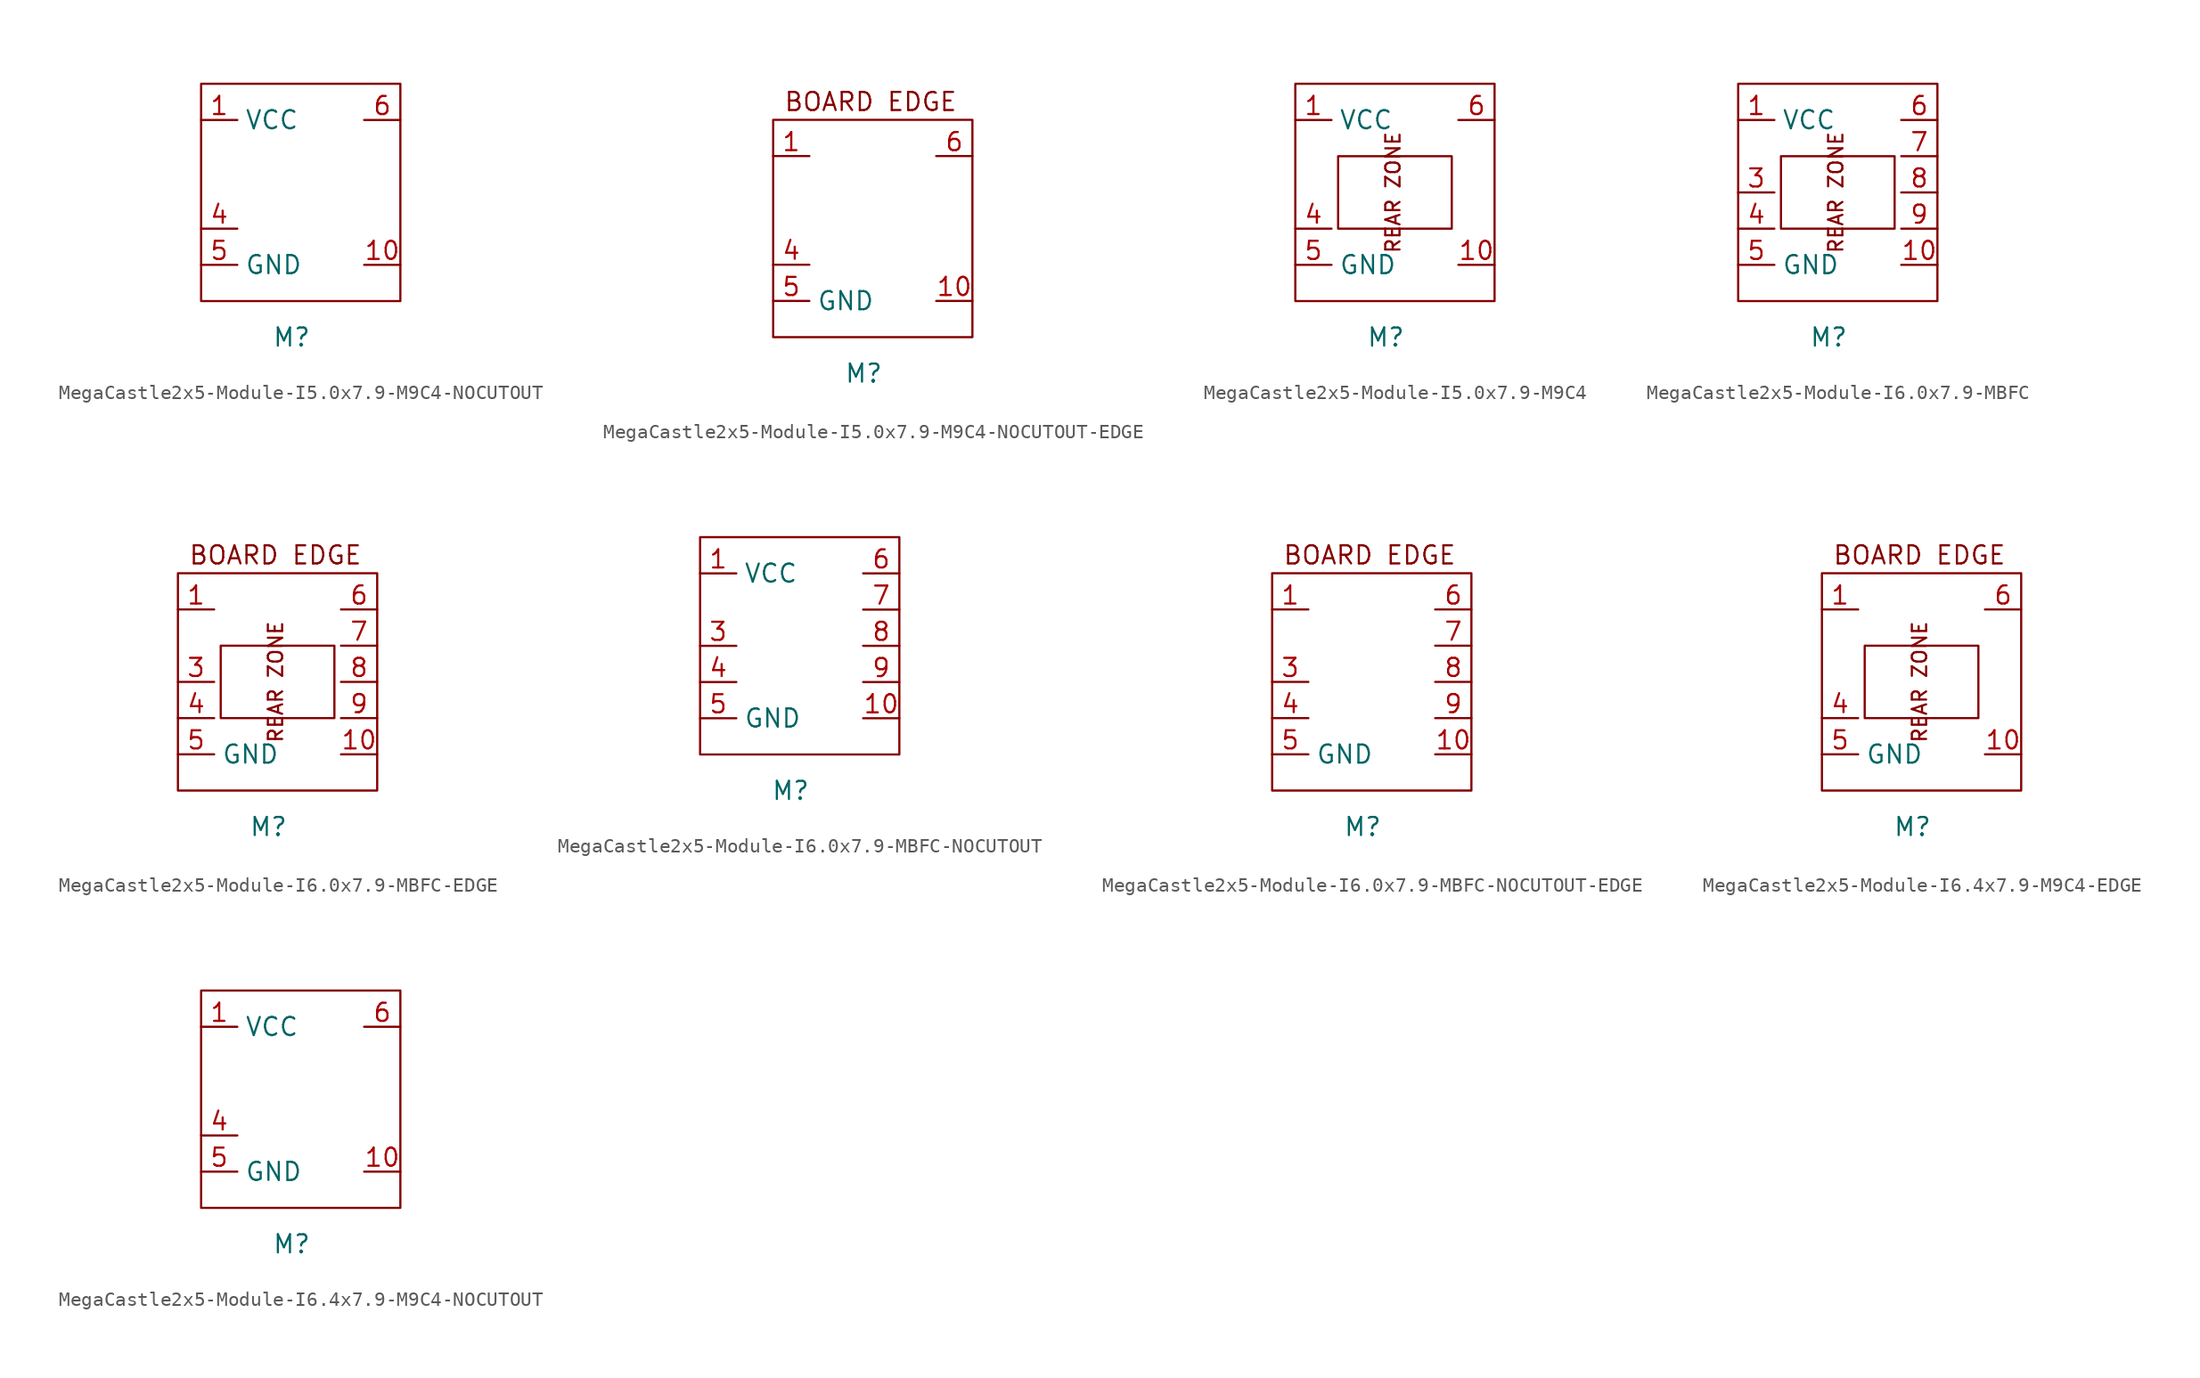
<source format=kicad_sym>
(kicad_symbol_lib
  (version 20241209)
  (generator "kicad_symbol_editor")
  (generator_version "9.0")
  (symbol "MegaCastle2x5-Module-I5.0x7.9-M9C4-NOCUTOUT"
    (property "Reference" "M"
      (at 0 -10.16 0)
      (effects (font (size 1.27 1.27))))
    (property "Value" ""
      (at 0 5.08 0)
      (effects (font (size 1.27 1.27))))
    (symbol "MegaCastle2x5-Module-I5.0x7.9-M9C4-NOCUTOUT_0_1"
      (rectangle (start -6.35 7.62) (end 7.62 -7.62) (stroke (width 0) (type default)) (fill (type none))))
    (symbol "MegaCastle2x5-Module-I5.0x7.9-M9C4-NOCUTOUT_1_1"
      (pin bidirectional line (at -6.35 5.08 0) (length 2.54) (name "VCC" (effects (font (size 1.27 1.27)))) (number "1" (effects (font (size 1.27 1.27)))))
      (pin bidirectional line (at -6.35 -2.54 0) (length 2.54) (name "" (effects (font (size 1.27 1.27)))) (number "4" (effects (font (size 1.27 1.27)))))
      (pin bidirectional line (at -6.35 -5.08 0) (length 2.54) (name "GND" (effects (font (size 1.27 1.27)))) (number "5" (effects (font (size 1.27 1.27)))))
      (pin bidirectional line (at 7.62 5.08 180) (length 2.54) (name "" (effects (font (size 1.27 1.27)))) (number "6" (effects (font (size 1.27 1.27)))))
      (pin bidirectional line (at 7.62 -5.08 180) (length 2.54) (name "" (effects (font (size 1.27 1.27)))) (number "10" (effects (font (size 1.27 1.27)))))))
  (symbol "MegaCastle2x5-Module-I5.0x7.9-M9C4-NOCUTOUT-EDGE"
    (property "Reference" "M"
      (at 0 -10.16 0)
      (effects (font (size 1.27 1.27))))
    (property "Value" ""
      (at 0 5.08 0)
      (effects (font (size 1.27 1.27))))
    (symbol "MegaCastle2x5-Module-I5.0x7.9-M9C4-NOCUTOUT-EDGE_0_1"
      (rectangle (start -6.35 7.62) (end 7.62 -7.62) (stroke (width 0) (type default)) (fill (type none))))
    (symbol "MegaCastle2x5-Module-I5.0x7.9-M9C4-NOCUTOUT-EDGE_1_1"
      (text " BOARD EDGE" (at 0 8.89 0) (effects (font (size 1.27 1.27))))
      (pin bidirectional line (at -6.35 5.08 0) (length 2.54) (name "" (effects (font (size 1.27 1.27)))) (number "1" (effects (font (size 1.27 1.27)))))
      (pin bidirectional line (at -6.35 -2.54 0) (length 2.54) (name "" (effects (font (size 1.27 1.27)))) (number "4" (effects (font (size 1.27 1.27)))))
      (pin bidirectional line (at -6.35 -5.08 0) (length 2.54) (name "GND" (effects (font (size 1.27 1.27)))) (number "5" (effects (font (size 1.27 1.27)))))
      (pin bidirectional line (at 7.62 5.08 180) (length 2.54) (name "" (effects (font (size 1.27 1.27)))) (number "6" (effects (font (size 1.27 1.27)))))
      (pin bidirectional line (at 7.62 -5.08 180) (length 2.54) (name "" (effects (font (size 1.27 1.27)))) (number "10" (effects (font (size 1.27 1.27)))))))
  (symbol "MegaCastle2x5-Module-I5.0x7.9-M9C4"
    (property "Reference" "M"
      (at 0 -10.16 0)
      (effects (font (size 1.27 1.27))))
    (property "Value" ""
      (at 0 5.08 0)
      (effects (font (size 1.27 1.27))))
    (symbol "MegaCastle2x5-Module-I5.0x7.9-M9C4_0_1"
      (rectangle (start -6.35 7.62) (end 7.62 -7.62) (stroke (width 0) (type default)) (fill (type none)))
      (rectangle (start -3.35 2.54) (end 4.62 -2.54) (stroke (width 0) (type default)) (fill (type none))))
    (symbol "MegaCastle2x5-Module-I5.0x7.9-M9C4_1_1"
      (text "REAR ZONE" (at 0.5 0 900) (effects (font (size 1 1))))
      (pin bidirectional line (at -6.35 5.08 0) (length 2.54) (name "VCC" (effects (font (size 1.27 1.27)))) (number "1" (effects (font (size 1.27 1.27)))))
      (pin bidirectional line (at -6.35 -2.54 0) (length 2.54) (name "" (effects (font (size 1.27 1.27)))) (number "4" (effects (font (size 1.27 1.27)))))
      (pin bidirectional line (at -6.35 -5.08 0) (length 2.54) (name "GND" (effects (font (size 1.27 1.27)))) (number "5" (effects (font (size 1.27 1.27)))))
      (pin bidirectional line (at 7.62 5.08 180) (length 2.54) (name "" (effects (font (size 1.27 1.27)))) (number "6" (effects (font (size 1.27 1.27)))))
      (pin bidirectional line (at 7.62 -5.08 180) (length 2.54) (name "" (effects (font (size 1.27 1.27)))) (number "10" (effects (font (size 1.27 1.27)))))))
  (symbol "MegaCastle2x5-Module-I6.0x7.9-MBFC"
    (property "Reference" "M"
      (at 0 -10.16 0)
      (effects (font (size 1.27 1.27))))
    (property "Value" ""
      (at 0 5.08 0)
      (effects (font (size 1.27 1.27))))
    (symbol "MegaCastle2x5-Module-I6.0x7.9-MBFC_0_1"
      (rectangle (start -6.35 7.62) (end 7.62 -7.62) (stroke (width 0) (type default)) (fill (type none)))
      (rectangle (start -3.35 2.54) (end 4.62 -2.54) (stroke (width 0) (type default)) (fill (type none))))
    (symbol "MegaCastle2x5-Module-I6.0x7.9-MBFC_1_1"
      (text "REAR ZONE" (at 0.5 0 900) (effects (font (size 1 1))))
      (pin bidirectional line (at -6.35 5.08 0) (length 2.54) (name "VCC" (effects (font (size 1.27 1.27)))) (number "1" (effects (font (size 1.27 1.27)))))
      (pin bidirectional line (at -6.35 0 0) (length 2.54) (name "" (effects (font (size 1.27 1.27)))) (number "3" (effects (font (size 1.27 1.27)))))
      (pin bidirectional line (at -6.35 -2.54 0) (length 2.54) (name "" (effects (font (size 1.27 1.27)))) (number "4" (effects (font (size 1.27 1.27)))))
      (pin bidirectional line (at -6.35 -5.08 0) (length 2.54) (name "GND" (effects (font (size 1.27 1.27)))) (number "5" (effects (font (size 1.27 1.27)))))
      (pin bidirectional line (at 7.62 5.08 180) (length 2.54) (name "" (effects (font (size 1.27 1.27)))) (number "6" (effects (font (size 1.27 1.27)))))
      (pin bidirectional line (at 7.62 2.54 180) (length 2.54) (name "" (effects (font (size 1.27 1.27)))) (number "7" (effects (font (size 1.27 1.27)))))
      (pin bidirectional line (at 7.62 0 180) (length 2.54) (name "" (effects (font (size 1.27 1.27)))) (number "8" (effects (font (size 1.27 1.27)))))
      (pin bidirectional line (at 7.62 -2.54 180) (length 2.54) (name "" (effects (font (size 1.27 1.27)))) (number "9" (effects (font (size 1.27 1.27)))))
      (pin bidirectional line (at 7.62 -5.08 180) (length 2.54) (name "" (effects (font (size 1.27 1.27)))) (number "10" (effects (font (size 1.27 1.27)))))))
  (symbol "MegaCastle2x5-Module-I6.0x7.9-MBFC-EDGE"
    (property "Reference" "M"
      (at 0 -10.16 0)
      (effects (font (size 1.27 1.27))))
    (property "Value" ""
      (at 0 5.08 0)
      (effects (font (size 1.27 1.27))))
    (symbol "MegaCastle2x5-Module-I6.0x7.9-MBFC-EDGE_0_1"
      (rectangle (start -6.35 7.62) (end 7.62 -7.62) (stroke (width 0) (type default)) (fill (type none)))
      (rectangle (start -3.35 2.54) (end 4.62 -2.54) (stroke (width 0) (type default)) (fill (type none))))
    (symbol "MegaCastle2x5-Module-I6.0x7.9-MBFC-EDGE_1_1"
      (text " BOARD EDGE" (at 0 8.89 0) (effects (font (size 1.27 1.27))))
      (text "REAR ZONE" (at 0.5 0 900) (effects (font (size 1 1))))
      (pin bidirectional line (at -6.35 5.08 0) (length 2.54) (name "" (effects (font (size 1.27 1.27)))) (number "1" (effects (font (size 1.27 1.27)))))
      (pin bidirectional line (at -6.35 0 0) (length 2.54) (name "" (effects (font (size 1.27 1.27)))) (number "3" (effects (font (size 1.27 1.27)))))
      (pin bidirectional line (at -6.35 -2.54 0) (length 2.54) (name "" (effects (font (size 1.27 1.27)))) (number "4" (effects (font (size 1.27 1.27)))))
      (pin bidirectional line (at -6.35 -5.08 0) (length 2.54) (name "GND" (effects (font (size 1.27 1.27)))) (number "5" (effects (font (size 1.27 1.27)))))
      (pin bidirectional line (at 7.62 5.08 180) (length 2.54) (name "" (effects (font (size 1.27 1.27)))) (number "6" (effects (font (size 1.27 1.27)))))
      (pin bidirectional line (at 7.62 2.54 180) (length 2.54) (name "" (effects (font (size 1.27 1.27)))) (number "7" (effects (font (size 1.27 1.27)))))
      (pin bidirectional line (at 7.62 0 180) (length 2.54) (name "" (effects (font (size 1.27 1.27)))) (number "8" (effects (font (size 1.27 1.27)))))
      (pin bidirectional line (at 7.62 -2.54 180) (length 2.54) (name "" (effects (font (size 1.27 1.27)))) (number "9" (effects (font (size 1.27 1.27)))))
      (pin bidirectional line (at 7.62 -5.08 180) (length 2.54) (name "" (effects (font (size 1.27 1.27)))) (number "10" (effects (font (size 1.27 1.27)))))))
  (symbol "MegaCastle2x5-Module-I6.0x7.9-MBFC-NOCUTOUT"
    (property "Reference" "M"
      (at 0 -10.16 0)
      (effects (font (size 1.27 1.27))))
    (property "Value" ""
      (at 0 5.08 0)
      (effects (font (size 1.27 1.27))))
    (symbol "MegaCastle2x5-Module-I6.0x7.9-MBFC-NOCUTOUT_0_1"
      (rectangle (start -6.35 7.62) (end 7.62 -7.62) (stroke (width 0) (type default)) (fill (type none))))
    (symbol "MegaCastle2x5-Module-I6.0x7.9-MBFC-NOCUTOUT_1_1"
      (pin bidirectional line (at -6.35 5.08 0) (length 2.54) (name "VCC" (effects (font (size 1.27 1.27)))) (number "1" (effects (font (size 1.27 1.27)))))
      (pin bidirectional line (at -6.35 0 0) (length 2.54) (name "" (effects (font (size 1.27 1.27)))) (number "3" (effects (font (size 1.27 1.27)))))
      (pin bidirectional line (at -6.35 -2.54 0) (length 2.54) (name "" (effects (font (size 1.27 1.27)))) (number "4" (effects (font (size 1.27 1.27)))))
      (pin bidirectional line (at -6.35 -5.08 0) (length 2.54) (name "GND" (effects (font (size 1.27 1.27)))) (number "5" (effects (font (size 1.27 1.27)))))
      (pin bidirectional line (at 7.62 5.08 180) (length 2.54) (name "" (effects (font (size 1.27 1.27)))) (number "6" (effects (font (size 1.27 1.27)))))
      (pin bidirectional line (at 7.62 2.54 180) (length 2.54) (name "" (effects (font (size 1.27 1.27)))) (number "7" (effects (font (size 1.27 1.27)))))
      (pin bidirectional line (at 7.62 0 180) (length 2.54) (name "" (effects (font (size 1.27 1.27)))) (number "8" (effects (font (size 1.27 1.27)))))
      (pin bidirectional line (at 7.62 -2.54 180) (length 2.54) (name "" (effects (font (size 1.27 1.27)))) (number "9" (effects (font (size 1.27 1.27)))))
      (pin bidirectional line (at 7.62 -5.08 180) (length 2.54) (name "" (effects (font (size 1.27 1.27)))) (number "10" (effects (font (size 1.27 1.27)))))))
  (symbol "MegaCastle2x5-Module-I6.0x7.9-MBFC-NOCUTOUT-EDGE"
    (property "Reference" "M"
      (at 0 -10.16 0)
      (effects (font (size 1.27 1.27))))
    (property "Value" ""
      (at 0 5.08 0)
      (effects (font (size 1.27 1.27))))
    (symbol "MegaCastle2x5-Module-I6.0x7.9-MBFC-NOCUTOUT-EDGE_0_1"
      (rectangle (start -6.35 7.62) (end 7.62 -7.62) (stroke (width 0) (type default)) (fill (type none))))
    (symbol "MegaCastle2x5-Module-I6.0x7.9-MBFC-NOCUTOUT-EDGE_1_1"
      (text " BOARD EDGE" (at 0 8.89 0) (effects (font (size 1.27 1.27))))
      (pin bidirectional line (at -6.35 5.08 0) (length 2.54) (name "" (effects (font (size 1.27 1.27)))) (number "1" (effects (font (size 1.27 1.27)))))
      (pin bidirectional line (at -6.35 0 0) (length 2.54) (name "" (effects (font (size 1.27 1.27)))) (number "3" (effects (font (size 1.27 1.27)))))
      (pin bidirectional line (at -6.35 -2.54 0) (length 2.54) (name "" (effects (font (size 1.27 1.27)))) (number "4" (effects (font (size 1.27 1.27)))))
      (pin bidirectional line (at -6.35 -5.08 0) (length 2.54) (name "GND" (effects (font (size 1.27 1.27)))) (number "5" (effects (font (size 1.27 1.27)))))
      (pin bidirectional line (at 7.62 5.08 180) (length 2.54) (name "" (effects (font (size 1.27 1.27)))) (number "6" (effects (font (size 1.27 1.27)))))
      (pin bidirectional line (at 7.62 2.54 180) (length 2.54) (name "" (effects (font (size 1.27 1.27)))) (number "7" (effects (font (size 1.27 1.27)))))
      (pin bidirectional line (at 7.62 0 180) (length 2.54) (name "" (effects (font (size 1.27 1.27)))) (number "8" (effects (font (size 1.27 1.27)))))
      (pin bidirectional line (at 7.62 -2.54 180) (length 2.54) (name "" (effects (font (size 1.27 1.27)))) (number "9" (effects (font (size 1.27 1.27)))))
      (pin bidirectional line (at 7.62 -5.08 180) (length 2.54) (name "" (effects (font (size 1.27 1.27)))) (number "10" (effects (font (size 1.27 1.27)))))))
  (symbol "MegaCastle2x5-Module-I6.4x7.9-M9C4-EDGE"
    (property "Reference" "M"
      (at 0 -10.16 0)
      (effects (font (size 1.27 1.27))))
    (property "Value" ""
      (at 0 5.08 0)
      (effects (font (size 1.27 1.27))))
    (symbol "MegaCastle2x5-Module-I6.4x7.9-M9C4-EDGE_0_1"
      (rectangle (start -6.35 7.62) (end 7.62 -7.62) (stroke (width 0) (type default)) (fill (type none)))
      (rectangle (start -3.35 2.54) (end 4.62 -2.54) (stroke (width 0) (type default)) (fill (type none))))
    (symbol "MegaCastle2x5-Module-I6.4x7.9-M9C4-EDGE_1_1"
      (text " BOARD EDGE" (at 0 8.89 0) (effects (font (size 1.27 1.27))))
      (text "REAR ZONE" (at 0.5 0 900) (effects (font (size 1 1))))
      (pin bidirectional line (at -6.35 5.08 0) (length 2.54) (name "" (effects (font (size 1.27 1.27)))) (number "1" (effects (font (size 1.27 1.27)))))
      (pin bidirectional line (at -6.35 -2.54 0) (length 2.54) (name "" (effects (font (size 1.27 1.27)))) (number "4" (effects (font (size 1.27 1.27)))))
      (pin bidirectional line (at -6.35 -5.08 0) (length 2.54) (name "GND" (effects (font (size 1.27 1.27)))) (number "5" (effects (font (size 1.27 1.27)))))
      (pin bidirectional line (at 7.62 5.08 180) (length 2.54) (name "" (effects (font (size 1.27 1.27)))) (number "6" (effects (font (size 1.27 1.27)))))
      (pin bidirectional line (at 7.62 -5.08 180) (length 2.54) (name "" (effects (font (size 1.27 1.27)))) (number "10" (effects (font (size 1.27 1.27)))))))
  (symbol "MegaCastle2x5-Module-I6.4x7.9-M9C4-NOCUTOUT"
    (property "Reference" "M"
      (at 0 -10.16 0)
      (effects (font (size 1.27 1.27))))
    (property "Value" ""
      (at 0 5.08 0)
      (effects (font (size 1.27 1.27))))
    (symbol "MegaCastle2x5-Module-I6.4x7.9-M9C4-NOCUTOUT_0_1"
      (rectangle (start -6.35 7.62) (end 7.62 -7.62) (stroke (width 0) (type default)) (fill (type none))))
    (symbol "MegaCastle2x5-Module-I6.4x7.9-M9C4-NOCUTOUT_1_1"
      (pin bidirectional line (at -6.35 5.08 0) (length 2.54) (name "VCC" (effects (font (size 1.27 1.27)))) (number "1" (effects (font (size 1.27 1.27)))))
      (pin bidirectional line (at -6.35 -2.54 0) (length 2.54) (name "" (effects (font (size 1.27 1.27)))) (number "4" (effects (font (size 1.27 1.27)))))
      (pin bidirectional line (at -6.35 -5.08 0) (length 2.54) (name "GND" (effects (font (size 1.27 1.27)))) (number "5" (effects (font (size 1.27 1.27)))))
      (pin bidirectional line (at 7.62 5.08 180) (length 2.54) (name "" (effects (font (size 1.27 1.27)))) (number "6" (effects (font (size 1.27 1.27)))))
      (pin bidirectional line (at 7.62 -5.08 180) (length 2.54) (name "" (effects (font (size 1.27 1.27)))) (number "10" (effects (font (size 1.27 1.27))))))))
</source>
